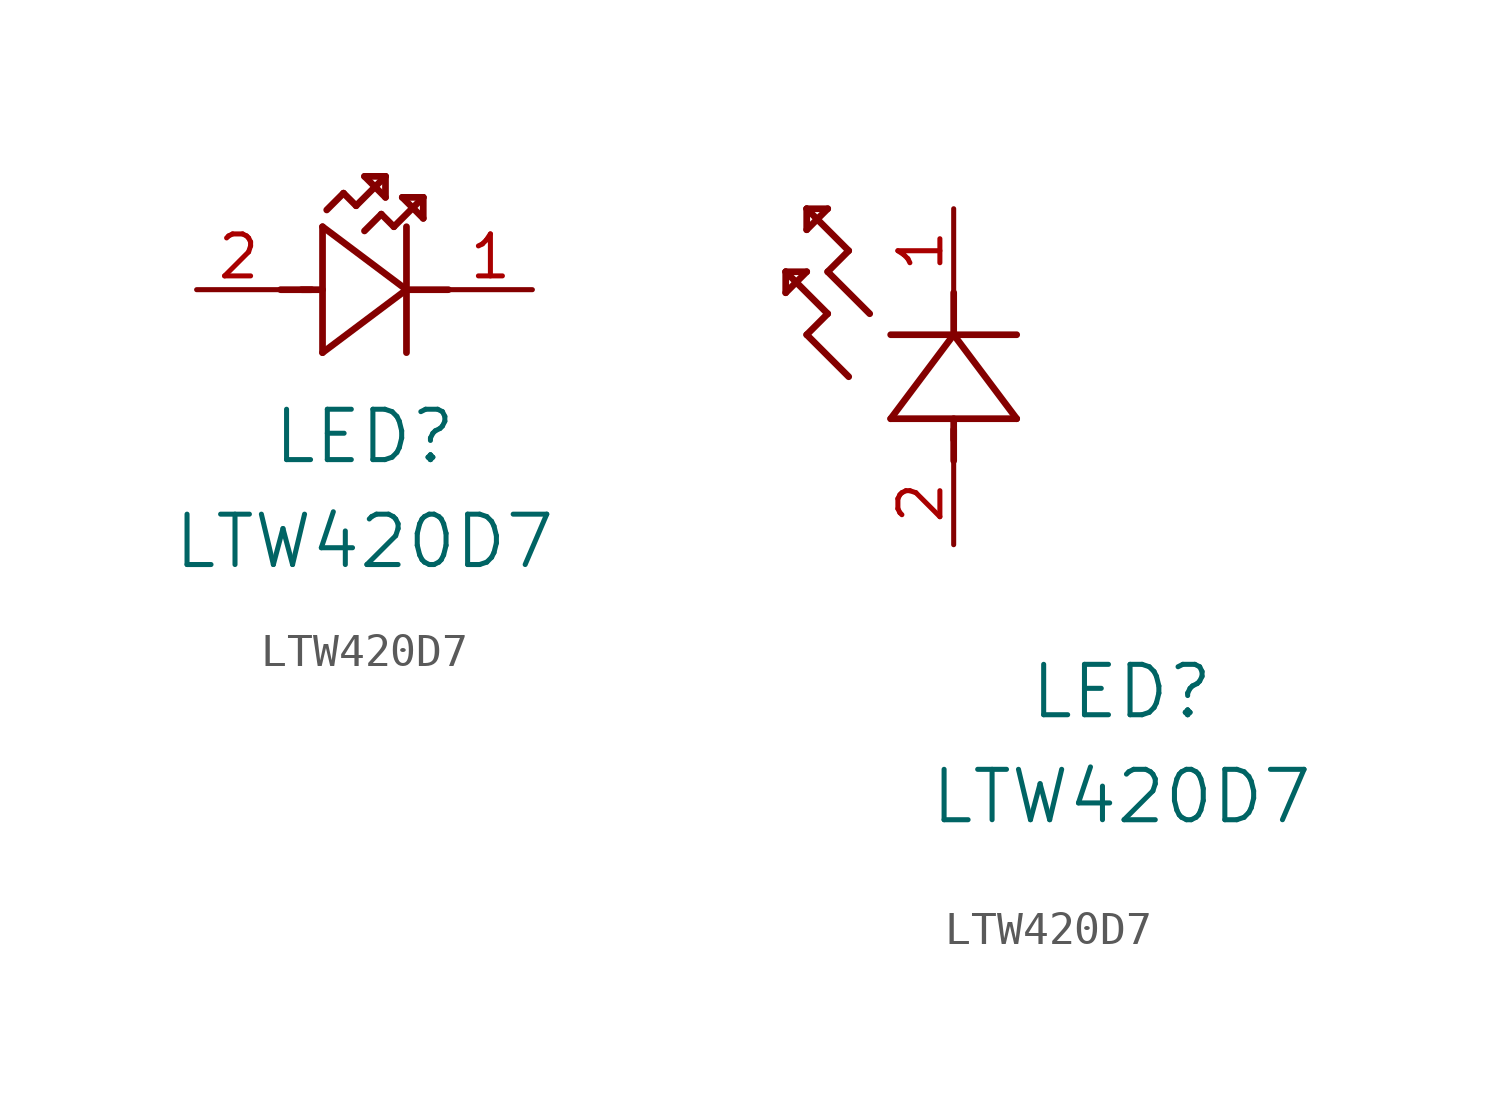
<source format=kicad_sym>
(kicad_symbol_lib
  (version 20231120)
  (generator "kicad_symbol_editor")
  (generator_version "8.0")
  (symbol "LTW420D7"
    (pin_names
      (offset 0.254))
    (property "Reference" "LED"
      (at 5.08 -4.445 0)
      (effects (font (size 1.524 1.524))))
    (property "Value" "LTW420D7"
      (at 5.08 -7.62 0)
      (effects (font (size 1.524 1.524))))
    (property "ki_locked" ""
      (at 0 0 0)
      (effects (font (size 1.27 1.27))))
    (symbol "LTW420D7_1_1"
      (polyline (pts (xy 2.54 0) (xy 3.48 0)) (stroke (width 0.203) (type default)) (fill (type none)))
      (polyline (pts (xy 3.175 0) (xy 3.81 0)) (stroke (width 0.203) (type default)) (fill (type none)))
      (polyline (pts (xy 3.81 -1.905) (xy 6.35 0)) (stroke (width 0.203) (type default)) (fill (type none)))
      (polyline (pts (xy 3.81 1.905) (xy 3.81 -1.905)) (stroke (width 0.203) (type default)) (fill (type none)))
      (polyline (pts (xy 3.937 2.413) (xy 4.445 2.921)) (stroke (width 0.203) (type default)) (fill (type none)))
      (polyline (pts (xy 4.445 2.921) (xy 4.826 2.54)) (stroke (width 0.203) (type default)) (fill (type none)))
      (polyline (pts (xy 4.826 2.54) (xy 5.715 3.429)) (stroke (width 0.203) (type default)) (fill (type none)))
      (polyline (pts (xy 5.08 1.778) (xy 5.588 2.286)) (stroke (width 0.203) (type default)) (fill (type none)))
      (polyline (pts (xy 5.08 3.429) (xy 5.715 2.794)) (stroke (width 0.203) (type default)) (fill (type none)))
      (polyline (pts (xy 5.588 2.286) (xy 5.969 1.905)) (stroke (width 0.203) (type default)) (fill (type none)))
      (polyline (pts (xy 5.715 2.794) (xy 5.715 3.429)) (stroke (width 0.203) (type default)) (fill (type none)))
      (polyline (pts (xy 5.715 3.429) (xy 5.08 3.429)) (stroke (width 0.203) (type default)) (fill (type none)))
      (polyline (pts (xy 5.969 1.905) (xy 6.858 2.794)) (stroke (width 0.203) (type default)) (fill (type none)))
      (polyline (pts (xy 6.223 2.794) (xy 6.858 2.159)) (stroke (width 0.203) (type default)) (fill (type none)))
      (polyline (pts (xy 6.35 -1.905) (xy 6.35 1.905)) (stroke (width 0.203) (type default)) (fill (type none)))
      (polyline (pts (xy 6.35 0) (xy 3.81 1.905)) (stroke (width 0.203) (type default)) (fill (type none)))
      (polyline (pts (xy 6.35 0) (xy 7.62 0)) (stroke (width 0.203) (type default)) (fill (type none)))
      (polyline (pts (xy 6.858 2.159) (xy 6.858 2.794)) (stroke (width 0.203) (type default)) (fill (type none)))
      (polyline (pts (xy 6.858 2.794) (xy 6.223 2.794)) (stroke (width 0.203) (type default)) (fill (type none)))
      (pin unspecified line (at 10.16 0 180) (length 2.54) (name "" (effects (font (size 1.27 1.27)))) (number "1" (effects (font (size 1.27 1.27)))))
      (pin unspecified line (at 0 0 0) (length 2.54) (name "" (effects (font (size 1.27 1.27)))) (number "2" (effects (font (size 1.27 1.27))))))
    (symbol "LTW420D7_1_2"
      (polyline (pts (xy -5.08 7.62) (xy -4.445 8.255)) (stroke (width 0.203) (type default)) (fill (type none)))
      (polyline (pts (xy -5.08 8.255) (xy -5.08 7.62)) (stroke (width 0.203) (type default)) (fill (type none)))
      (polyline (pts (xy -4.445 6.35) (xy -3.81 6.985)) (stroke (width 0.203) (type default)) (fill (type none)))
      (polyline (pts (xy -4.445 8.255) (xy -5.08 8.255)) (stroke (width 0.203) (type default)) (fill (type none)))
      (polyline (pts (xy -4.445 9.525) (xy -3.81 10.16)) (stroke (width 0.203) (type default)) (fill (type none)))
      (polyline (pts (xy -4.445 10.16) (xy -4.445 9.525)) (stroke (width 0.203) (type default)) (fill (type none)))
      (polyline (pts (xy -3.81 6.985) (xy -5.08 8.255)) (stroke (width 0.203) (type default)) (fill (type none)))
      (polyline (pts (xy -3.81 8.255) (xy -3.175 8.89)) (stroke (width 0.203) (type default)) (fill (type none)))
      (polyline (pts (xy -3.81 10.16) (xy -4.445 10.16)) (stroke (width 0.203) (type default)) (fill (type none)))
      (polyline (pts (xy -3.175 5.08) (xy -4.445 6.35)) (stroke (width 0.203) (type default)) (fill (type none)))
      (polyline (pts (xy -3.175 8.89) (xy -4.445 10.16)) (stroke (width 0.203) (type default)) (fill (type none)))
      (polyline (pts (xy -2.54 6.985) (xy -3.81 8.255)) (stroke (width 0.203) (type default)) (fill (type none)))
      (polyline (pts (xy -1.905 3.81) (xy 1.905 3.81)) (stroke (width 0.203) (type default)) (fill (type none)))
      (polyline (pts (xy 0 2.54) (xy 0 3.48)) (stroke (width 0.203) (type default)) (fill (type none)))
      (polyline (pts (xy 0 3.175) (xy 0 3.81)) (stroke (width 0.203) (type default)) (fill (type none)))
      (polyline (pts (xy 0 6.35) (xy -1.905 3.81)) (stroke (width 0.203) (type default)) (fill (type none)))
      (polyline (pts (xy 0 6.35) (xy 0 7.62)) (stroke (width 0.203) (type default)) (fill (type none)))
      (polyline (pts (xy 1.905 3.81) (xy 0 6.35)) (stroke (width 0.203) (type default)) (fill (type none)))
      (polyline (pts (xy 1.905 6.35) (xy -1.905 6.35)) (stroke (width 0.203) (type default)) (fill (type none)))
      (pin unspecified line (at 0 10.16 270) (length 2.54) (name "" (effects (font (size 1.27 1.27)))) (number "1" (effects (font (size 1.27 1.27)))))
      (pin unspecified line (at 0 0 90) (length 2.54) (name "" (effects (font (size 1.27 1.27)))) (number "2" (effects (font (size 1.27 1.27))))))))
</source>
